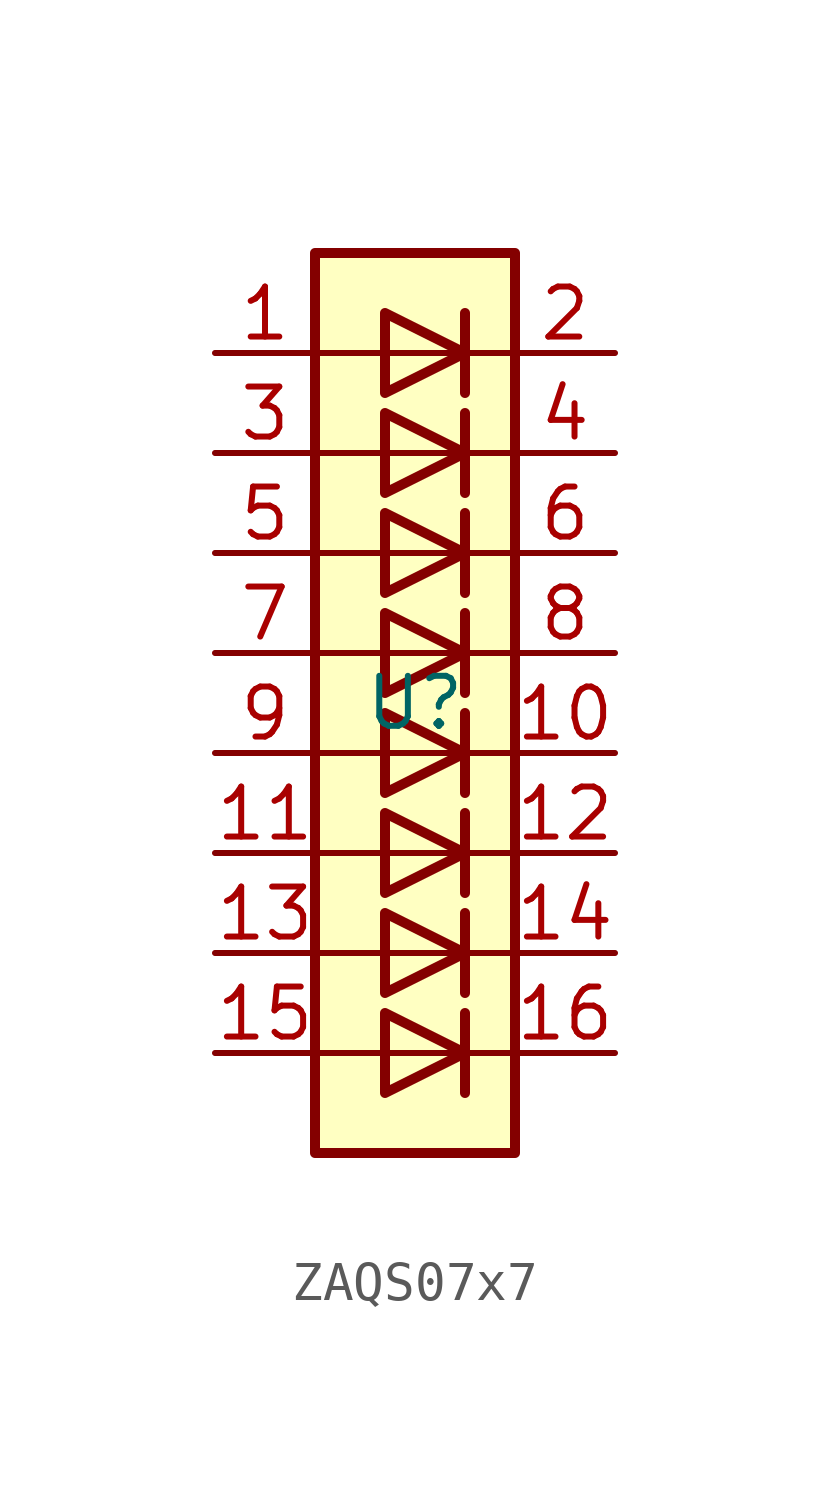
<source format=kicad_sym>
(kicad_symbol_lib
  (version 20231120)
  (generator "kicad_symbol_editor")
  (generator_version "8.0")
  (symbol "ZAQS07x7"
    (property "Reference" "U"
      (at 0 0 0)
      (effects (font (size 1.27 1.27))))
    (property "Value" ""
      (at 0 0 0)
      (effects (font (size 1.27 1.27))))
    (symbol "ZAQS07x7_1_1"
      (rectangle (start -2.54 11.43) (end 2.54 -11.43) (stroke (width 0.254) (type solid)) (fill (type background)))
      (polyline (pts (xy -2.54 -8.89) (xy 2.54 -8.89)) (stroke (width 0) (type solid)) (fill (type none)))
      (polyline (pts (xy -2.54 -6.35) (xy 2.54 -6.35)) (stroke (width 0) (type solid)) (fill (type none)))
      (polyline (pts (xy -2.54 -1.27) (xy 2.54 -1.27)) (stroke (width 0) (type solid)) (fill (type none)))
      (polyline (pts (xy -2.54 3.81) (xy 2.54 3.81)) (stroke (width 0) (type solid)) (fill (type none)))
      (polyline (pts (xy -2.54 6.35) (xy 2.54 6.35)) (stroke (width 0) (type solid)) (fill (type none)))
      (polyline (pts (xy -2.54 8.89) (xy 2.54 8.89)) (stroke (width 0) (type solid)) (fill (type none)))
      (polyline (pts (xy 1.27 -7.874) (xy 1.27 -9.906)) (stroke (width 0.254) (type solid)) (fill (type none)))
      (polyline (pts (xy 1.27 -5.334) (xy 1.27 -7.366)) (stroke (width 0.254) (type solid)) (fill (type none)))
      (polyline (pts (xy 1.27 -2.794) (xy 1.27 -4.826)) (stroke (width 0.254) (type solid)) (fill (type none)))
      (polyline (pts (xy 1.27 -0.254) (xy 1.27 -2.286)) (stroke (width 0.254) (type solid)) (fill (type none)))
      (polyline (pts (xy 1.27 2.286) (xy 1.27 0.254)) (stroke (width 0.254) (type solid)) (fill (type none)))
      (polyline (pts (xy 1.27 4.826) (xy 1.27 2.794)) (stroke (width 0.254) (type solid)) (fill (type none)))
      (polyline (pts (xy 1.27 7.366) (xy 1.27 5.334)) (stroke (width 0.254) (type solid)) (fill (type none)))
      (polyline (pts (xy 1.27 9.906) (xy 1.27 7.874)) (stroke (width 0.254) (type solid)) (fill (type none)))
      (polyline (pts (xy 2.54 -3.81) (xy -2.54 -3.81)) (stroke (width 0) (type solid)) (fill (type none)))
      (polyline (pts (xy 2.54 1.27) (xy -2.54 1.27)) (stroke (width 0) (type solid)) (fill (type none)))
      (polyline (pts (xy -0.762 -7.874) (xy -0.762 -9.906) (xy 1.27 -8.89) (xy -0.762 -7.874)) (stroke (width 0.254) (type solid)) (fill (type none)))
      (polyline (pts (xy -0.762 -5.334) (xy -0.762 -7.366) (xy 1.27 -6.35) (xy -0.762 -5.334)) (stroke (width 0.254) (type solid)) (fill (type none)))
      (polyline (pts (xy -0.762 -2.794) (xy -0.762 -4.826) (xy 1.27 -3.81) (xy -0.762 -2.794)) (stroke (width 0.254) (type solid)) (fill (type none)))
      (polyline (pts (xy -0.762 -0.254) (xy -0.762 -2.286) (xy 1.27 -1.27) (xy -0.762 -0.254)) (stroke (width 0.254) (type solid)) (fill (type none)))
      (polyline (pts (xy -0.762 2.286) (xy -0.762 0.254) (xy 1.27 1.27) (xy -0.762 2.286)) (stroke (width 0.254) (type solid)) (fill (type none)))
      (polyline (pts (xy -0.762 4.826) (xy -0.762 2.794) (xy 1.27 3.81) (xy -0.762 4.826)) (stroke (width 0.254) (type solid)) (fill (type none)))
      (polyline (pts (xy -0.762 7.366) (xy -0.762 5.334) (xy 1.27 6.35) (xy -0.762 7.366)) (stroke (width 0.254) (type solid)) (fill (type none)))
      (polyline (pts (xy -0.762 9.906) (xy -0.762 7.874) (xy 1.27 8.89) (xy -0.762 9.906)) (stroke (width 0.254) (type solid)) (fill (type none)))
      (pin passive line (at -5.08 8.89 0) (length 2.54) (name "~" (effects (font (size 1.27 1.27)))) (number "1" (effects (font (size 1.27 1.27)))))
      (pin passive line (at 5.08 -1.27 180) (length 2.54) (name "~" (effects (font (size 1.27 1.27)))) (number "10" (effects (font (size 1.27 1.27)))))
      (pin passive line (at -5.08 -3.81 0) (length 2.54) (name "~" (effects (font (size 1.27 1.27)))) (number "11" (effects (font (size 1.27 1.27)))))
      (pin passive line (at 5.08 -3.81 180) (length 2.54) (name "~" (effects (font (size 1.27 1.27)))) (number "12" (effects (font (size 1.27 1.27)))))
      (pin passive line (at -5.08 -6.35 0) (length 2.54) (name "~" (effects (font (size 1.27 1.27)))) (number "13" (effects (font (size 1.27 1.27)))))
      (pin passive line (at 5.08 -6.35 180) (length 2.54) (name "~" (effects (font (size 1.27 1.27)))) (number "14" (effects (font (size 1.27 1.27)))))
      (pin passive line (at -5.08 -8.89 0) (length 2.54) (name "~" (effects (font (size 1.27 1.27)))) (number "15" (effects (font (size 1.27 1.27)))))
      (pin passive line (at 5.08 -8.89 180) (length 2.54) (name "~" (effects (font (size 1.27 1.27)))) (number "16" (effects (font (size 1.27 1.27)))))
      (pin passive line (at 5.08 8.89 180) (length 2.54) (name "~" (effects (font (size 1.27 1.27)))) (number "2" (effects (font (size 1.27 1.27)))))
      (pin passive line (at -5.08 6.35 0) (length 2.54) (name "~" (effects (font (size 1.27 1.27)))) (number "3" (effects (font (size 1.27 1.27)))))
      (pin passive line (at 5.08 6.35 180) (length 2.54) (name "~" (effects (font (size 1.27 1.27)))) (number "4" (effects (font (size 1.27 1.27)))))
      (pin passive line (at -5.08 3.81 0) (length 2.54) (name "~" (effects (font (size 1.27 1.27)))) (number "5" (effects (font (size 1.27 1.27)))))
      (pin passive line (at 5.08 3.81 180) (length 2.54) (name "~" (effects (font (size 1.27 1.27)))) (number "6" (effects (font (size 1.27 1.27)))))
      (pin passive line (at -5.08 1.27 0) (length 2.54) (name "~" (effects (font (size 1.27 1.27)))) (number "7" (effects (font (size 1.27 1.27)))))
      (pin passive line (at 5.08 1.27 180) (length 2.54) (name "~" (effects (font (size 1.27 1.27)))) (number "8" (effects (font (size 1.27 1.27)))))
      (pin passive line (at -5.08 -1.27 0) (length 2.54) (name "~" (effects (font (size 1.27 1.27)))) (number "9" (effects (font (size 1.27 1.27))))))))
</source>
